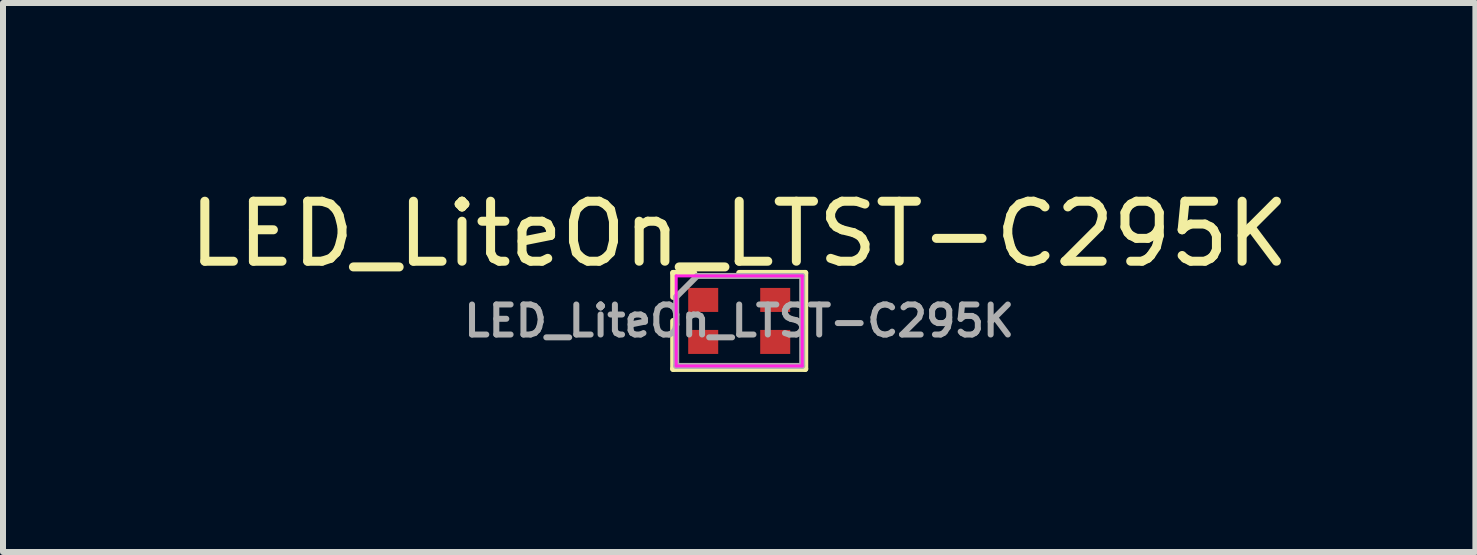
<source format=kicad_pcb>
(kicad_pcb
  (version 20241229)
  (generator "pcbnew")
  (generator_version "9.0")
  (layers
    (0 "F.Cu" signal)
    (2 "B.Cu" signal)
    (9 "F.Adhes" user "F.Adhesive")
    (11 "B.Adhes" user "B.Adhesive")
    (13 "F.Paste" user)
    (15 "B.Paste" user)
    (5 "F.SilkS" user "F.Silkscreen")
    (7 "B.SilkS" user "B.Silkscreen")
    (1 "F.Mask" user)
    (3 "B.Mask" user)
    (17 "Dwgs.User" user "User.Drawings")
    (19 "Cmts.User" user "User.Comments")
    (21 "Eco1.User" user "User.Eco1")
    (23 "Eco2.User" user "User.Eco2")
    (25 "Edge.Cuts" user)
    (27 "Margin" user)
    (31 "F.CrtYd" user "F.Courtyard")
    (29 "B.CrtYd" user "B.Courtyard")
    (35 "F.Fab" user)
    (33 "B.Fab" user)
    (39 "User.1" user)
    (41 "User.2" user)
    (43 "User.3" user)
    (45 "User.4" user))
  (footprint "LED_LiteOn_LTST-C295K"
    (layer "F.Cu")
    (at 9.268 2.298)
    (property "Reference" "LED_LiteOn_LTST-C295K" (at 0 -1.45 0) (unlocked yes) (layer "F.SilkS") (effects (font (size 1 1) (thickness 0.15))))
    (attr smd)
    (fp_line (start -1.1 -0.8) (end -0.75 -0.8) (stroke (width 0.1) (type solid)) (layer "F.SilkS"))
    (fp_line (start -1.1 -0.4) (end -1.1 -0.8) (stroke (width 0.1) (type solid)) (layer "F.SilkS"))
    (fp_line (start -1.1 0.8) (end -1.1 0) (stroke (width 0.1) (type solid)) (layer "F.SilkS"))
    (fp_line (start 1.1 -0.8) (end 0 -0.8) (stroke (width 0.1) (type solid)) (layer "F.SilkS"))
    (fp_line (start 1.1 -0.8) (end 1.1 0.8) (stroke (width 0.1) (type solid)) (layer "F.SilkS"))
    (fp_line (start 1.1 0.8) (end -1.1 0.8) (stroke (width 0.1) (type solid)) (layer "F.SilkS"))
    (fp_line (start -1.05 -0.75) (end 1.05 -0.75) (stroke (width 0.05) (type solid)) (layer "F.CrtYd"))
    (fp_line (start -1.05 0.75) (end -1.05 -0.75) (stroke (width 0.05) (type solid)) (layer "F.CrtYd"))
    (fp_line (start 1.05 -0.75) (end 1.05 0.75) (stroke (width 0.05) (type solid)) (layer "F.CrtYd"))
    (fp_line (start 1.05 0.75) (end -1.05 0.75) (stroke (width 0.05) (type solid)) (layer "F.CrtYd"))
    (fp_line (start -1.05 -0.4) (end -0.7 -0.75) (stroke (width 0.1) (type solid)) (layer "F.Fab"))
    (fp_line (start -1.05 0.75) (end -1.05 -0.4) (stroke (width 0.1) (type solid)) (layer "F.Fab"))
    (fp_line (start -0.7 -0.75) (end 1.05 -0.75) (stroke (width 0.1) (type solid)) (layer "F.Fab"))
    (fp_line (start 1.05 -0.75) (end 1.05 0.75) (stroke (width 0.1) (type solid)) (layer "F.Fab"))
    (fp_line (start 1.05 0.75) (end -1.05 0.75) (stroke (width 0.1) (type solid)) (layer "F.Fab"))
    (fp_text user "${REFERENCE}" (at 0 0 0) (unlocked yes) (layer "F.Fab") (effects (font (size 0.5 0.5) (thickness 0.1))))
    (pad "1" smd rect (at -0.6 -0.35 90) (size 0.4 0.5) (layers "F.Cu" "F.Mask" "F.Paste"))
    (pad "2" smd rect (at -0.6 0.35 90) (size 0.4 0.5) (layers "F.Cu" "F.Mask" "F.Paste"))
    (pad "3" smd rect (at 0.6 -0.35 90) (size 0.4 0.5) (layers "F.Cu" "F.Mask" "F.Paste"))
    (pad "4" smd rect (at 0.6 0.35 90) (size 0.4 0.5) (layers "F.Cu" "F.Mask" "F.Paste")))
  (gr_rect
    (start -3 -3)
    (end 21.536 6.148)
    (stroke (width 0.1) (type default))
    (fill no)
    (layer "Edge.Cuts")))
</source>
